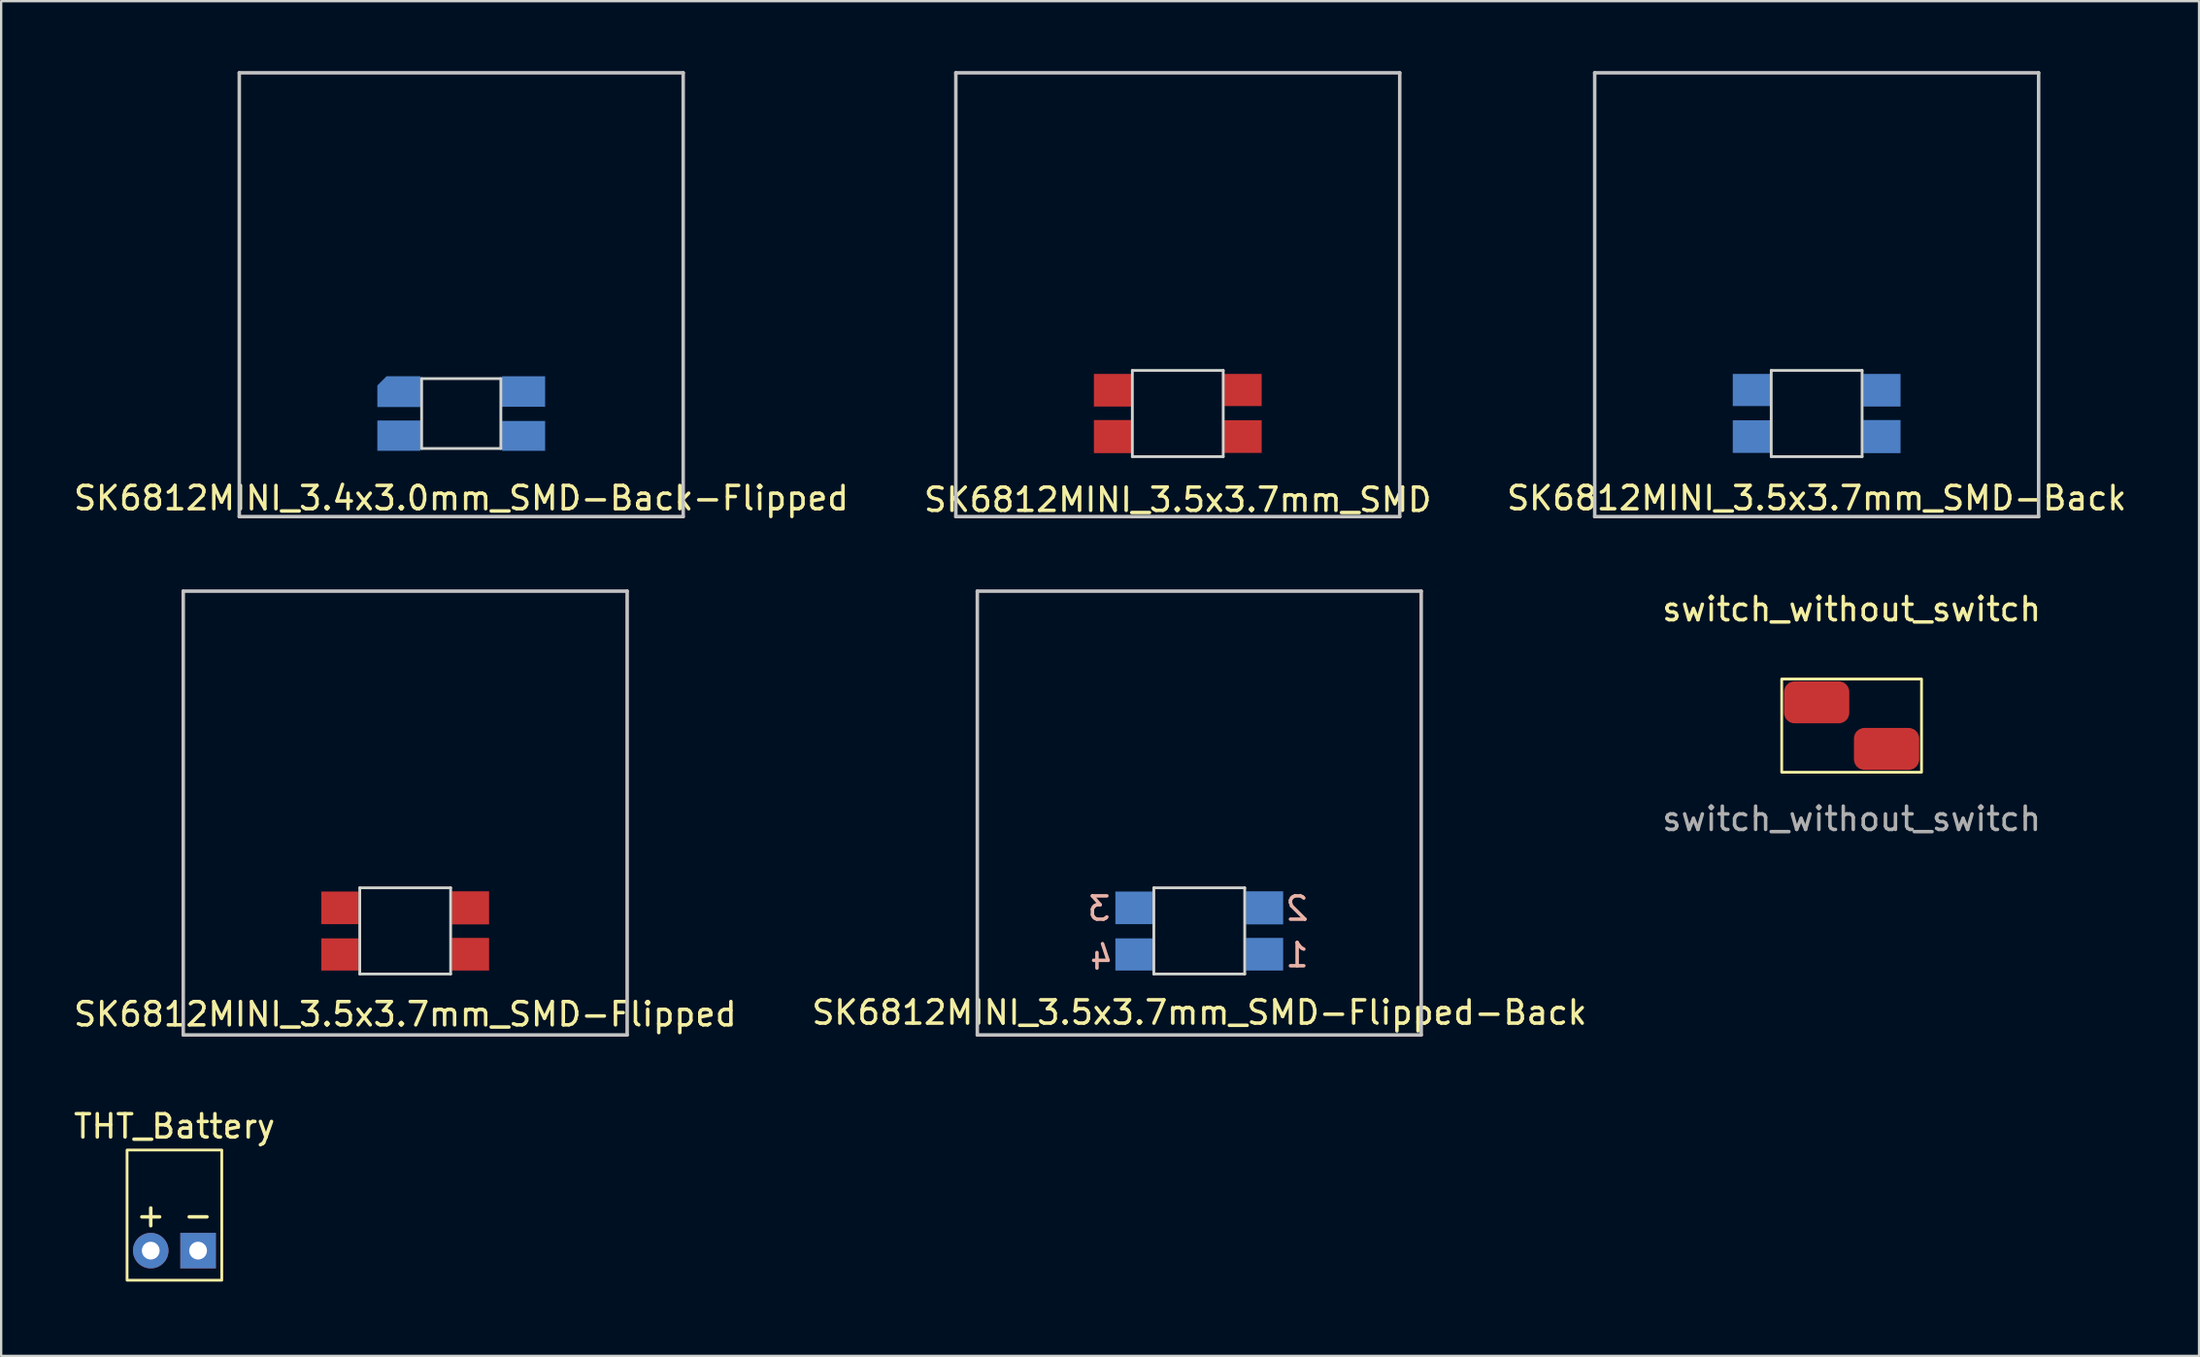
<source format=kicad_pcb>
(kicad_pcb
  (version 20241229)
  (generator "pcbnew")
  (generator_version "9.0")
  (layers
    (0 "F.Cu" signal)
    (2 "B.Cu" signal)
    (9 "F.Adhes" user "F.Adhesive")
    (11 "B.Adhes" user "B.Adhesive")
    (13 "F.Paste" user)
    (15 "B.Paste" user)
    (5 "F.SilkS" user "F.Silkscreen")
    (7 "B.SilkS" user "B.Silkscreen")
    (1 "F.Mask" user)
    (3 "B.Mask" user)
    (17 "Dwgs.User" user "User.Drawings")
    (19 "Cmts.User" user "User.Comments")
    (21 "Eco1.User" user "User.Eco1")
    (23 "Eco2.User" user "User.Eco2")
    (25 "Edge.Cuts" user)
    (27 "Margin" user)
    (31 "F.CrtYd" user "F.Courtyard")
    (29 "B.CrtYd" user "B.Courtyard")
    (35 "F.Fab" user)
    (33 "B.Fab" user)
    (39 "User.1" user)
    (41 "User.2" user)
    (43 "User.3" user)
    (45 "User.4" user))
  (footprint "SK6812MINI_3.5x3.7mm_SMD"
    (layer "F.Cu")
    (at 47.494 9.6)
    (property "Reference" "SK6812MINI_3.5x3.7mm_SMD" (at 0 8.8 0) (unlocked yes) (layer "F.SilkS") (effects (font (size 1 1) (thickness 0.15))))
    (attr smd)
    (fp_line (start -9.525 -9.525) (end 9.525 -9.525) (stroke (width 0.15) (type solid)) (layer "Dwgs.User"))
    (fp_line (start -9.525 9.525) (end -9.525 -9.525) (stroke (width 0.15) (type solid)) (layer "Dwgs.User"))
    (fp_line (start 9.525 -9.525) (end 9.525 9.525) (stroke (width 0.15) (type solid)) (layer "Dwgs.User"))
    (fp_line (start 9.525 9.525) (end -9.525 9.525) (stroke (width 0.15) (type solid)) (layer "Dwgs.User"))
    (fp_line (start -1.95 3.25) (end -1.95 6.95) (stroke (width 0.12) (type solid)) (layer "Edge.Cuts"))
    (fp_line (start -1.95 6.95) (end 1.95 6.95) (stroke (width 0.12) (type solid)) (layer "Edge.Cuts"))
    (fp_line (start 1.95 3.25) (end -1.95 3.25) (stroke (width 0.12) (type solid)) (layer "Edge.Cuts"))
    (fp_line (start 1.95 6.95) (end 1.95 3.25) (stroke (width 0.12) (type solid)) (layer "Edge.Cuts"))
    (pad "1" smd rect (at -2.8 4.1) (size 1.6 1.4) (layers "F.Cu" "F.Mask" "F.Paste"))
    (pad "2" smd rect (at -2.8 6.09) (size 1.6 1.42) (layers "F.Cu" "F.Mask" "F.Paste"))
    (pad "3" smd rect (at 2.8 6.09) (size 1.6 1.4) (layers "F.Cu" "F.Mask" "F.Paste"))
    (pad "4" smd rect (at 2.8 4.09) (size 1.6 1.38) (layers "F.Cu" "F.Mask" "F.Paste")))
  (footprint "THT_Battery"
    (layer "F.Cu")
    (at 2.403 51.901)
    (property "Reference" "THT_Battery" (at 2.032 -6.604 0) (unlocked yes) (layer "F.SilkS") (effects (font (size 1 1) (thickness 0.15))))
    (attr through_hole)
    (fp_rect (start 0 0) (end 4.064 -5.588) (stroke (width 0.12) (type solid)) (fill no) (layer "F.SilkS"))
    (fp_text user "-" (at 3.048 -2.794 0) (unlocked yes) (layer "F.SilkS") (effects (font (size 1 1) (thickness 0.15))))
    (fp_text user "+" (at 1.016 -2.794 0) (unlocked yes) (layer "F.SilkS") (effects (font (size 1 1) (thickness 0.15))))
    (pad "" np_thru_hole circle (at 1.016 -4.318) (size 0.001 0.001) (drill 1) (layers "*.Cu" "*.Mask"))
    (pad "" np_thru_hole circle (at 3.048 -4.318) (size 0.001 0.001) (drill 1) (layers "*.Cu" "*.Mask"))
    (pad "1" thru_hole rect (at 3.048 -1.27) (size 1.524 1.524) (drill 0.762) (layers "*.Cu" "*.Mask"))
    (pad "2" thru_hole circle (at 1.016 -1.27) (size 1.524 1.524) (drill 0.762) (layers "*.Cu" "*.Mask")))
  (footprint "SK6812MINI_3.5x3.7mm_SMD-Flipped-Back"
    (layer "F.Cu")
    (at 48.416 31.848)
    (property "Reference" "SK6812MINI_3.5x3.7mm_SMD-Flipped-Back" (at 0.006 8.562 0) (unlocked yes) (layer "F.SilkS") (effects (font (size 1 1) (thickness 0.15))))
    (attr smd)
    (fp_line (start -9.525 -9.525) (end 9.525 -9.525) (stroke (width 0.15) (type solid)) (layer "Dwgs.User"))
    (fp_line (start -9.525 9.525) (end -9.525 -9.525) (stroke (width 0.15) (type solid)) (layer "Dwgs.User"))
    (fp_line (start 9.525 -9.525) (end 9.525 9.525) (stroke (width 0.15) (type solid)) (layer "Dwgs.User"))
    (fp_line (start 9.525 9.525) (end -9.525 9.525) (stroke (width 0.15) (type solid)) (layer "Dwgs.User"))
    (fp_line (start -1.95 3.21) (end -1.95 6.91) (stroke (width 0.12) (type solid)) (layer "Edge.Cuts"))
    (fp_line (start -1.95 6.91) (end 1.95 6.91) (stroke (width 0.12) (type solid)) (layer "Edge.Cuts"))
    (fp_line (start 1.95 3.21) (end -1.95 3.21) (stroke (width 0.12) (type solid)) (layer "Edge.Cuts"))
    (fp_line (start 1.95 6.91) (end 1.95 3.21) (stroke (width 0.12) (type solid)) (layer "Edge.Cuts"))
    (fp_text user "3" (at -4.3 4.1 0) (unlocked yes) (layer "B.SilkS") (effects (font (size 1 1) (thickness 0.15)) (justify mirror)))
    (fp_text user "4" (at -4.2 6.2 0) (unlocked yes) (layer "B.SilkS") (effects (font (size 1 1) (thickness 0.15)) (justify mirror)))
    (fp_text user "1" (at 4.2 6.1 0) (unlocked yes) (layer "B.SilkS") (effects (font (size 1 1) (thickness 0.15)) (justify mirror)))
    (fp_text user "2" (at 4.2 4.1 0) (unlocked yes) (layer "B.SilkS") (effects (font (size 1 1) (thickness 0.15)) (justify mirror)))
    (pad "1" smd rect (at 2.8 6.06 180) (size 1.6 1.4) (layers "B.Cu" "B.Mask" "B.Paste"))
    (pad "2" smd rect (at 2.8 4.07 180) (size 1.6 1.42) (layers "B.Cu" "B.Mask" "B.Paste"))
    (pad "3" smd rect (at -2.8 4.07 180) (size 1.6 1.4) (layers "B.Cu" "B.Mask" "B.Paste"))
    (pad "4" smd rect (at -2.8 6.07 180) (size 1.6 1.38) (layers "B.Cu" "B.Mask" "B.Paste")))
  (footprint "SK6812MINI_3.5x3.7mm_SMD-Back"
    (layer "F.Cu")
    (at 74.911 9.6)
    (property "Reference" "SK6812MINI_3.5x3.7mm_SMD-Back" (at 0 8.731 0) (unlocked yes) (layer "F.SilkS") (effects (font (size 1 1) (thickness 0.15))))
    (attr smd)
    (fp_line (start -9.525 -9.525) (end 9.525 -9.525) (stroke (width 0.15) (type solid)) (layer "Dwgs.User"))
    (fp_line (start -9.525 9.525) (end -9.525 -9.525) (stroke (width 0.15) (type solid)) (layer "Dwgs.User"))
    (fp_line (start 9.525 -9.525) (end 9.525 9.525) (stroke (width 0.15) (type solid)) (layer "Dwgs.User"))
    (fp_line (start 9.525 9.525) (end -9.525 9.525) (stroke (width 0.15) (type solid)) (layer "Dwgs.User"))
    (fp_line (start -1.95 3.25) (end 1.95 3.25) (stroke (width 0.12) (type solid)) (layer "Edge.Cuts"))
    (fp_line (start -1.95 6.95) (end -1.95 3.25) (stroke (width 0.12) (type solid)) (layer "Edge.Cuts"))
    (fp_line (start 1.95 3.25) (end 1.95 6.95) (stroke (width 0.12) (type solid)) (layer "Edge.Cuts"))
    (fp_line (start 1.95 6.95) (end -1.95 6.95) (stroke (width 0.12) (type solid)) (layer "Edge.Cuts"))
    (pad "1" smd rect (at 2.8 4.1) (size 1.6 1.4) (layers "B.Cu" "B.Mask" "B.Paste"))
    (pad "2" smd rect (at 2.8 6.09) (size 1.6 1.42) (layers "B.Cu" "B.Mask" "B.Paste"))
    (pad "3" smd rect (at -2.8 6.09) (size 1.6 1.4) (layers "B.Cu" "B.Mask" "B.Paste"))
    (pad "4" smd rect (at -2.8 4.09) (size 1.6 1.38) (layers "B.Cu" "B.Mask" "B.Paste")))
  (footprint "switch_without_switch"
    (layer "F.Cu")
    (at 76.411 28.096)
    (property "Reference" "switch_without_switch" (at 0 -5 0) (unlocked yes) (layer "F.SilkS") (effects (font (size 1 1) (thickness 0.15))))
    (attr smd)
    (fp_rect (start -3 -2) (end 3 2) (stroke (width 0.12) (type solid)) (fill no) (layer "F.SilkS"))
    (fp_text user "${REFERENCE}" (at 0 4 0) (unlocked yes) (layer "F.Fab") (effects (font (size 1 1) (thickness 0.15))))
    (pad "1" smd roundrect (at -1.5 -1) (size 2.8 1.8) (layers "F.Cu" "F.Mask" "F.Paste") (roundrect_rratio 0.25))
    (pad "2" smd roundrect (at 1.5 1) (size 2.8 1.8) (layers "F.Cu" "F.Mask" "F.Paste") (roundrect_rratio 0.25)))
  (footprint "SK6812MINI_3.5x3.7mm_SMD-Flipped"
    (layer "F.Cu")
    (at 14.339 31.848)
    (property "Reference" "SK6812MINI_3.5x3.7mm_SMD-Flipped" (at 0 8.636 0) (unlocked yes) (layer "F.SilkS") (effects (font (size 1 1) (thickness 0.15))))
    (attr smd)
    (fp_line (start -9.525 -9.525) (end 9.525 -9.525) (stroke (width 0.15) (type solid)) (layer "Dwgs.User"))
    (fp_line (start -9.525 9.525) (end -9.525 -9.525) (stroke (width 0.15) (type solid)) (layer "Dwgs.User"))
    (fp_line (start 9.525 -9.525) (end 9.525 9.525) (stroke (width 0.15) (type solid)) (layer "Dwgs.User"))
    (fp_line (start 9.525 9.525) (end -9.525 9.525) (stroke (width 0.15) (type solid)) (layer "Dwgs.User"))
    (fp_line (start -1.95 3.21) (end -1.95 6.91) (stroke (width 0.12) (type solid)) (layer "Edge.Cuts"))
    (fp_line (start -1.95 6.91) (end 1.95 6.91) (stroke (width 0.12) (type solid)) (layer "Edge.Cuts"))
    (fp_line (start 1.95 3.21) (end -1.95 3.21) (stroke (width 0.12) (type solid)) (layer "Edge.Cuts"))
    (fp_line (start 1.95 6.91) (end 1.95 3.21) (stroke (width 0.12) (type solid)) (layer "Edge.Cuts"))
    (pad "1" smd rect (at 2.8 6.06 180) (size 1.6 1.4) (layers "F.Cu" "F.Mask" "F.Paste"))
    (pad "2" smd rect (at 2.8 4.07 180) (size 1.6 1.42) (layers "F.Cu" "F.Mask" "F.Paste"))
    (pad "3" smd rect (at -2.8 4.07 180) (size 1.6 1.4) (layers "F.Cu" "F.Mask" "F.Paste"))
    (pad "4" smd rect (at -2.8 6.07 180) (size 1.6 1.38) (layers "F.Cu" "F.Mask" "F.Paste")))
  (footprint "SK6812MINI_3.4x3.0mm_SMD-Back-Flipped"
    (layer "F.Cu")
    (at 16.744 9.6)
    (property "Reference" "SK6812MINI_3.4x3.0mm_SMD-Back-Flipped" (at 0 8.731 0) (unlocked yes) (layer "F.SilkS") (effects (font (size 1 1) (thickness 0.15))))
    (attr smd)
    (fp_line (start -9.525 -9.525) (end 9.525 -9.525) (stroke (width 0.15) (type solid)) (layer "Dwgs.User"))
    (fp_line (start -9.525 9.525) (end -9.525 -9.525) (stroke (width 0.15) (type solid)) (layer "Dwgs.User"))
    (fp_line (start 9.525 -9.525) (end 9.525 9.525) (stroke (width 0.15) (type solid)) (layer "Dwgs.User"))
    (fp_line (start 9.525 9.525) (end -9.525 9.525) (stroke (width 0.15) (type solid)) (layer "Dwgs.User"))
    (fp_line (start -1.7 3.6) (end -1.7 6.6) (stroke (width 0.12) (type solid)) (layer "Edge.Cuts"))
    (fp_line (start -1.7 6.6) (end 1.7 6.6) (stroke (width 0.12) (type solid)) (layer "Edge.Cuts"))
    (fp_line (start 1.7 3.6) (end -1.7 3.6) (stroke (width 0.12) (type solid)) (layer "Edge.Cuts"))
    (fp_line (start 1.7 6.6) (end 1.7 3.6) (stroke (width 0.12) (type solid)) (layer "Edge.Cuts"))
    (pad "1" smd rect (at 2.675 6.06 180) (size 1.85 1.28) (layers "B.Cu" "B.Mask" "B.Paste"))
    (pad "2" smd rect (at 2.675 4.155 180) (size 1.85 1.31) (layers "B.Cu" "B.Mask" "B.Paste"))
    (pad "3" smd roundrect (at -2.675 4.16 180) (size 1.85 1.32) (layers "B.Cu" "B.Mask" "B.Paste") (roundrect_rratio 0) (chamfer_ratio 0.3) (chamfer bottom_right))
    (pad "4" smd rect (at -2.675 6.05 180) (size 1.85 1.3) (layers "B.Cu" "B.Mask" "B.Paste")))
  (gr_rect
    (start -3 -3)
    (end 91.321 55.151)
    (stroke (width 0.1) (type default))
    (fill no)
    (layer "Edge.Cuts")))
</source>
